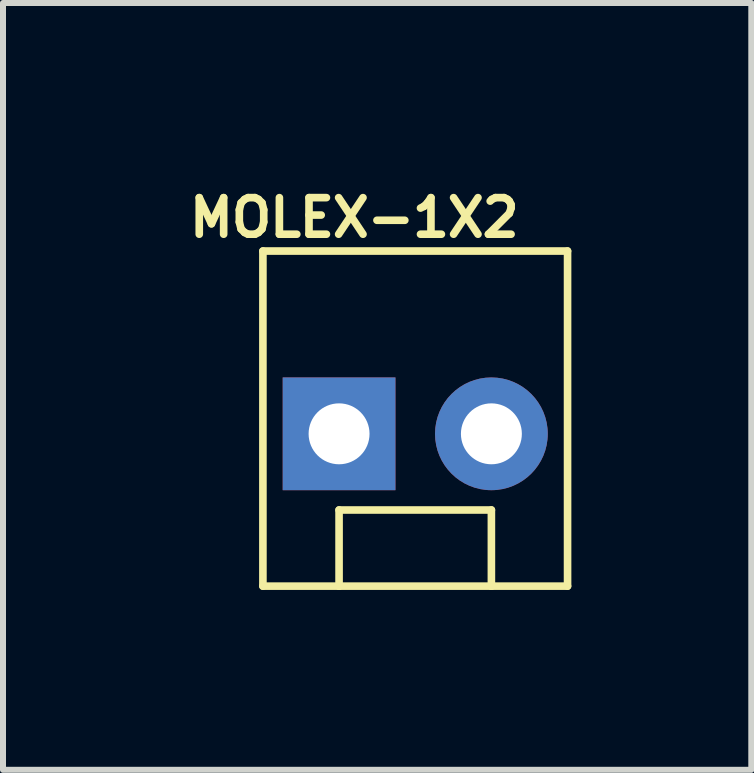
<source format=kicad_pcb>
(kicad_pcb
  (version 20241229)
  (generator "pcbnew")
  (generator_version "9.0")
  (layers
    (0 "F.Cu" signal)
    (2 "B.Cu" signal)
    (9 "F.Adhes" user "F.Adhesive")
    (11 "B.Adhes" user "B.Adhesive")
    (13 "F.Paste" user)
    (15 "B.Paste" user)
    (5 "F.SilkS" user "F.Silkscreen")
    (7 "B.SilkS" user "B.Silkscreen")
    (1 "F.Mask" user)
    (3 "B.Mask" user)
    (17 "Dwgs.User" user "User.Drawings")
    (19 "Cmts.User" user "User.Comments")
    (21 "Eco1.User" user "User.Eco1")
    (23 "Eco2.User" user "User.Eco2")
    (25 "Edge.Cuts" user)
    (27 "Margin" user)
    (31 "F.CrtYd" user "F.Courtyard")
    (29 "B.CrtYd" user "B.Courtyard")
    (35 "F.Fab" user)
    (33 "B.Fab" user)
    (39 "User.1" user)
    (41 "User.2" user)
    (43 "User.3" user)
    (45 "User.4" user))
  (footprint "MOLEX-1X2"
    (layer "F.Cu")
    (at 2.604 4.184)
    (property "Reference" "MOLEX-1X2" (at 0.254 -3.604 0) (layer "F.SilkS") (effects (font (size 0.61 0.61) (thickness 0.127))))
    (attr exclude_from_pos_files exclude_from_bom)
    (fp_line (start -1.27 -3.048) (end -1.27 2.54) (stroke (width 0.127) (type solid)) (layer "F.SilkS"))
    (fp_line (start 0 1.27) (end 2.54 1.27) (stroke (width 0.127) (type solid)) (layer "F.SilkS"))
    (fp_line (start 0 2.54) (end -1.27 2.54) (stroke (width 0.127) (type solid)) (layer "F.SilkS"))
    (fp_line (start 0 2.54) (end 0 1.27) (stroke (width 0.127) (type solid)) (layer "F.SilkS"))
    (fp_line (start 2.54 1.27) (end 2.54 2.54) (stroke (width 0.127) (type solid)) (layer "F.SilkS"))
    (fp_line (start 2.54 2.54) (end 0 2.54) (stroke (width 0.127) (type solid)) (layer "F.SilkS"))
    (fp_line (start 3.81 -3.048) (end -1.27 -3.048) (stroke (width 0.127) (type solid)) (layer "F.SilkS"))
    (fp_line (start 3.81 -3.048) (end 3.81 2.54) (stroke (width 0.127) (type solid)) (layer "F.SilkS"))
    (fp_line (start 3.81 2.54) (end 2.54 2.54) (stroke (width 0.127) (type solid)) (layer "F.SilkS"))
    (pad "1" thru_hole rect (at 0 0) (size 1.88 1.88) (drill 1.016) (layers "*.Cu" "*.Paste" "*.Mask"))
    (pad "2" thru_hole circle (at 2.54 0) (size 1.88 1.88) (drill 1.016) (layers "*.Cu" "*.Paste" "*.Mask")))
  (gr_rect
    (start -3 -3)
    (end 9.478 9.787)
    (stroke (width 0.1) (type default))
    (fill no)
    (layer "Edge.Cuts")))
</source>
